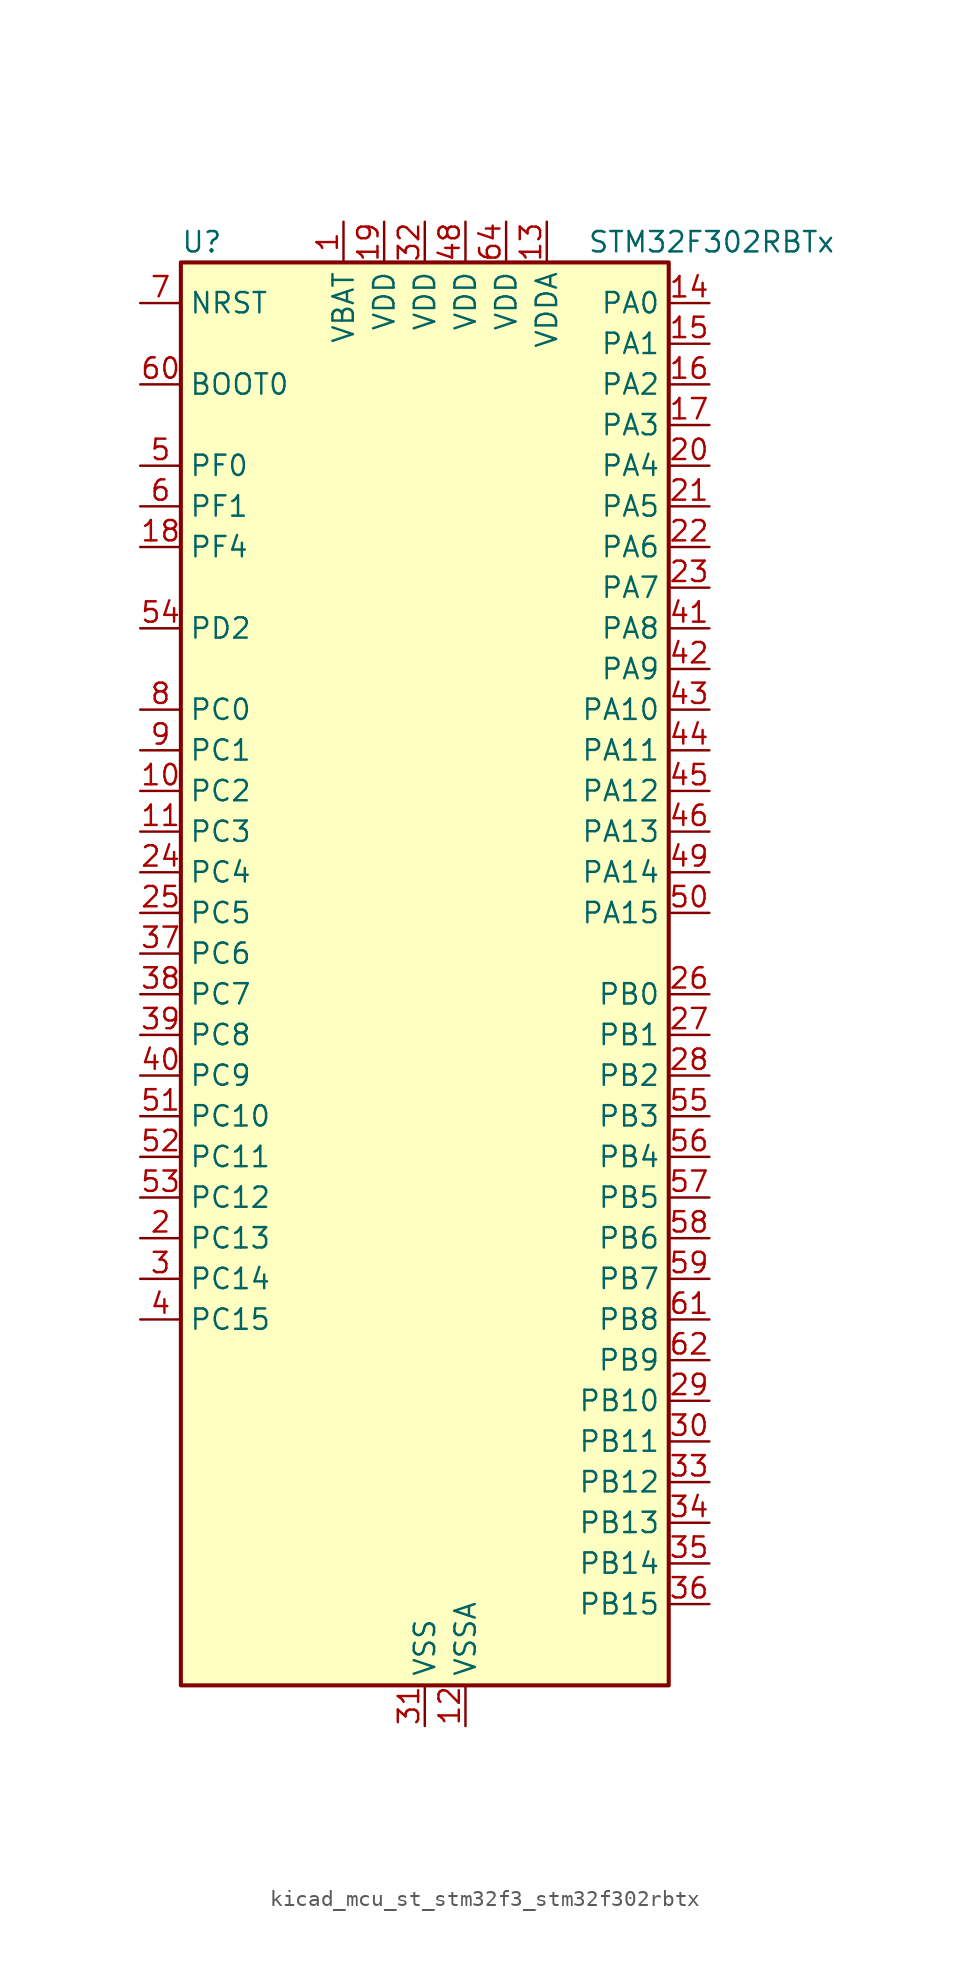
<source format=kicad_sym>
(kicad_symbol_lib
  (version 20220914)
  (generator kicad_symbol_editor)
  (symbol "kicad_mcu_st_stm32f3_stm32f302rbtx"
    (property "Reference" "U"
      (at -15.24 46.99 0)
      (effects (font (size 1.27 1.27)) (justify left)))
    (property "Value" "STM32F302RBTx"
      (at 10.16 46.99 0)
      (effects (font (size 1.27 1.27)) (justify left)))
    (property "ki_locked" ""
      (at 0 0 0)
      (effects (font (size 1.27 1.27))))
    (symbol "kicad_mcu_st_stm32f3_stm32f302rbtx_0_1"
      (rectangle (start -15.24 -43.18) (end 15.24 45.72) (stroke (width 0.254) (type default)) (fill (type background))))
    (symbol "kicad_mcu_st_stm32f3_stm32f302rbtx_1_1"
      (pin power_in line (at -5.08 48.26 270) (length 2.54) (name "VBAT" (effects (font (size 1.27 1.27)))) (number "1" (effects (font (size 1.27 1.27)))))
      (pin bidirectional line (at -17.78 12.7 0) (length 2.54) (name "PC2" (effects (font (size 1.27 1.27)))) (number "10" (effects (font (size 1.27 1.27)))) (alternate "ADC1_IN8" bidirectional line) (alternate "ADC2_IN8" bidirectional line))
      (pin bidirectional line (at -17.78 10.16 0) (length 2.54) (name "PC3" (effects (font (size 1.27 1.27)))) (number "11" (effects (font (size 1.27 1.27)))) (alternate "ADC1_IN9" bidirectional line) (alternate "ADC2_IN9" bidirectional line) (alternate "TIM1_BKIN2" bidirectional line))
      (pin power_in line (at 2.54 -45.72 90) (length 2.54) (name "VSSA" (effects (font (size 1.27 1.27)))) (number "12" (effects (font (size 1.27 1.27)))))
      (pin power_in line (at 7.62 48.26 270) (length 2.54) (name "VDDA" (effects (font (size 1.27 1.27)))) (number "13" (effects (font (size 1.27 1.27)))))
      (pin bidirectional line (at 17.78 43.18 180) (length 2.54) (name "PA0" (effects (font (size 1.27 1.27)))) (number "14" (effects (font (size 1.27 1.27)))) (alternate "ADC1_IN1" bidirectional line) (alternate "COMP1_INM" bidirectional line) (alternate "COMP1_OUT" bidirectional line) (alternate "RTC_TAMP2" bidirectional line) (alternate "SYS_WKUP1" bidirectional line) (alternate "TIM2_CH1" bidirectional line) (alternate "TIM2_ETR" bidirectional line) (alternate "TSC_G1_IO1" bidirectional line) (alternate "USART2_CTS" bidirectional line))
      (pin bidirectional line (at 17.78 40.64 180) (length 2.54) (name "PA1" (effects (font (size 1.27 1.27)))) (number "15" (effects (font (size 1.27 1.27)))) (alternate "ADC1_IN2" bidirectional line) (alternate "COMP1_INP" bidirectional line) (alternate "OPAMP1_VINP" bidirectional line) (alternate "OPAMP1_VINP_SEC" bidirectional line) (alternate "RTC_REFIN" bidirectional line) (alternate "TIM15_CH1N" bidirectional line) (alternate "TIM2_CH2" bidirectional line) (alternate "TSC_G1_IO2" bidirectional line) (alternate "USART2_DE" bidirectional line) (alternate "USART2_RTS" bidirectional line))
      (pin bidirectional line (at 17.78 38.1 180) (length 2.54) (name "PA2" (effects (font (size 1.27 1.27)))) (number "16" (effects (font (size 1.27 1.27)))) (alternate "ADC1_IN3" bidirectional line) (alternate "COMP2_INM" bidirectional line) (alternate "COMP2_OUT" bidirectional line) (alternate "OPAMP1_VOUT" bidirectional line) (alternate "TIM15_CH1" bidirectional line) (alternate "TIM2_CH3" bidirectional line) (alternate "TSC_G1_IO3" bidirectional line) (alternate "USART2_TX" bidirectional line))
      (pin bidirectional line (at 17.78 35.56 180) (length 2.54) (name "PA3" (effects (font (size 1.27 1.27)))) (number "17" (effects (font (size 1.27 1.27)))) (alternate "ADC1_IN4" bidirectional line) (alternate "COMP2_INP" bidirectional line) (alternate "OPAMP1_VINM" bidirectional line) (alternate "OPAMP1_VINM_SEC" bidirectional line) (alternate "OPAMP1_VINP" bidirectional line) (alternate "OPAMP1_VINP_SEC" bidirectional line) (alternate "TIM15_CH2" bidirectional line) (alternate "TIM2_CH4" bidirectional line) (alternate "TSC_G1_IO4" bidirectional line) (alternate "USART2_RX" bidirectional line))
      (pin bidirectional line (at -17.78 27.94 0) (length 2.54) (name "PF4" (effects (font (size 1.27 1.27)))) (number "18" (effects (font (size 1.27 1.27)))) (alternate "ADC1_IN5" bidirectional line) (alternate "COMP1_OUT" bidirectional line))
      (pin power_in line (at -2.54 48.26 270) (length 2.54) (name "VDD" (effects (font (size 1.27 1.27)))) (number "19" (effects (font (size 1.27 1.27)))))
      (pin bidirectional line (at -17.78 -15.24 0) (length 2.54) (name "PC13" (effects (font (size 1.27 1.27)))) (number "2" (effects (font (size 1.27 1.27)))) (alternate "RTC_OUT_ALARM" bidirectional line) (alternate "RTC_OUT_CALIB" bidirectional line) (alternate "RTC_TAMP1" bidirectional line) (alternate "RTC_TS" bidirectional line) (alternate "SYS_WKUP2" bidirectional line) (alternate "TIM1_CH1N" bidirectional line))
      (pin bidirectional line (at 17.78 33.02 180) (length 2.54) (name "PA4" (effects (font (size 1.27 1.27)))) (number "20" (effects (font (size 1.27 1.27)))) (alternate "ADC2_IN1" bidirectional line) (alternate "COMP1_INM" bidirectional line) (alternate "COMP2_INM" bidirectional line) (alternate "COMP4_INM" bidirectional line) (alternate "COMP6_INM" bidirectional line) (alternate "DAC_OUT1" bidirectional line) (alternate "I2S3_WS" bidirectional line) (alternate "SPI1_NSS" bidirectional line) (alternate "SPI3_NSS" bidirectional line) (alternate "TIM3_CH2" bidirectional line) (alternate "TSC_G2_IO1" bidirectional line) (alternate "USART2_CK" bidirectional line))
      (pin bidirectional line (at 17.78 30.48 180) (length 2.54) (name "PA5" (effects (font (size 1.27 1.27)))) (number "21" (effects (font (size 1.27 1.27)))) (alternate "ADC2_IN2" bidirectional line) (alternate "COMP1_INM" bidirectional line) (alternate "COMP2_INM" bidirectional line) (alternate "COMP4_INM" bidirectional line) (alternate "COMP6_INM" bidirectional line) (alternate "OPAMP1_VINP" bidirectional line) (alternate "OPAMP1_VINP_SEC" bidirectional line) (alternate "OPAMP2_VINM" bidirectional line) (alternate "OPAMP2_VINM_SEC" bidirectional line) (alternate "SPI1_SCK" bidirectional line) (alternate "TIM2_CH1" bidirectional line) (alternate "TIM2_ETR" bidirectional line) (alternate "TSC_G2_IO2" bidirectional line))
      (pin bidirectional line (at 17.78 27.94 180) (length 2.54) (name "PA6" (effects (font (size 1.27 1.27)))) (number "22" (effects (font (size 1.27 1.27)))) (alternate "ADC2_IN3" bidirectional line) (alternate "COMP1_OUT" bidirectional line) (alternate "OPAMP2_VOUT" bidirectional line) (alternate "SPI1_MISO" bidirectional line) (alternate "TIM16_CH1" bidirectional line) (alternate "TIM1_BKIN" bidirectional line) (alternate "TIM3_CH1" bidirectional line) (alternate "TSC_G2_IO3" bidirectional line))
      (pin bidirectional line (at 17.78 25.4 180) (length 2.54) (name "PA7" (effects (font (size 1.27 1.27)))) (number "23" (effects (font (size 1.27 1.27)))) (alternate "ADC2_IN4" bidirectional line) (alternate "COMP2_INP" bidirectional line) (alternate "COMP2_OUT" bidirectional line) (alternate "OPAMP1_VINP" bidirectional line) (alternate "OPAMP1_VINP_SEC" bidirectional line) (alternate "OPAMP2_VINP" bidirectional line) (alternate "OPAMP2_VINP_SEC" bidirectional line) (alternate "SPI1_MOSI" bidirectional line) (alternate "TIM17_CH1" bidirectional line) (alternate "TIM1_CH1N" bidirectional line) (alternate "TIM3_CH2" bidirectional line) (alternate "TSC_G2_IO4" bidirectional line))
      (pin bidirectional line (at -17.78 7.62 0) (length 2.54) (name "PC4" (effects (font (size 1.27 1.27)))) (number "24" (effects (font (size 1.27 1.27)))) (alternate "ADC2_IN5" bidirectional line) (alternate "USART1_TX" bidirectional line))
      (pin bidirectional line (at -17.78 5.08 0) (length 2.54) (name "PC5" (effects (font (size 1.27 1.27)))) (number "25" (effects (font (size 1.27 1.27)))) (alternate "ADC2_IN11" bidirectional line) (alternate "OPAMP1_VINM" bidirectional line) (alternate "OPAMP1_VINM_SEC" bidirectional line) (alternate "OPAMP2_VINM" bidirectional line) (alternate "OPAMP2_VINM_SEC" bidirectional line) (alternate "TSC_G3_IO1" bidirectional line) (alternate "USART1_RX" bidirectional line))
      (pin bidirectional line (at 17.78 0 180) (length 2.54) (name "PB0" (effects (font (size 1.27 1.27)))) (number "26" (effects (font (size 1.27 1.27)))) (alternate "COMP4_INP" bidirectional line) (alternate "OPAMP2_VINP" bidirectional line) (alternate "OPAMP2_VINP_SEC" bidirectional line) (alternate "TIM1_CH2N" bidirectional line) (alternate "TIM3_CH3" bidirectional line) (alternate "TSC_G3_IO2" bidirectional line))
      (pin bidirectional line (at 17.78 -2.54 180) (length 2.54) (name "PB1" (effects (font (size 1.27 1.27)))) (number "27" (effects (font (size 1.27 1.27)))) (alternate "COMP4_OUT" bidirectional line) (alternate "TIM1_CH3N" bidirectional line) (alternate "TIM3_CH4" bidirectional line) (alternate "TSC_G3_IO3" bidirectional line))
      (pin bidirectional line (at 17.78 -5.08 180) (length 2.54) (name "PB2" (effects (font (size 1.27 1.27)))) (number "28" (effects (font (size 1.27 1.27)))) (alternate "ADC2_IN12" bidirectional line) (alternate "COMP4_INM" bidirectional line) (alternate "TSC_G3_IO4" bidirectional line))
      (pin bidirectional line (at 17.78 -25.4 180) (length 2.54) (name "PB10" (effects (font (size 1.27 1.27)))) (number "29" (effects (font (size 1.27 1.27)))) (alternate "TIM2_CH3" bidirectional line) (alternate "TSC_SYNC" bidirectional line) (alternate "USART3_TX" bidirectional line))
      (pin bidirectional line (at -17.78 -17.78 0) (length 2.54) (name "PC14" (effects (font (size 1.27 1.27)))) (number "3" (effects (font (size 1.27 1.27)))) (alternate "RCC_OSC32_IN" bidirectional line))
      (pin bidirectional line (at 17.78 -27.94 180) (length 2.54) (name "PB11" (effects (font (size 1.27 1.27)))) (number "30" (effects (font (size 1.27 1.27)))) (alternate "ADC1_EXTI11" bidirectional line) (alternate "ADC2_EXTI11" bidirectional line) (alternate "COMP6_INP" bidirectional line) (alternate "TIM2_CH4" bidirectional line) (alternate "TSC_G6_IO1" bidirectional line) (alternate "USART3_RX" bidirectional line))
      (pin power_in line (at 0 -45.72 90) (length 2.54) (name "VSS" (effects (font (size 1.27 1.27)))) (number "31" (effects (font (size 1.27 1.27)))))
      (pin power_in line (at 0 48.26 270) (length 2.54) (name "VDD" (effects (font (size 1.27 1.27)))) (number "32" (effects (font (size 1.27 1.27)))))
      (pin bidirectional line (at 17.78 -30.48 180) (length 2.54) (name "PB12" (effects (font (size 1.27 1.27)))) (number "33" (effects (font (size 1.27 1.27)))) (alternate "I2C2_SMBA" bidirectional line) (alternate "I2S2_WS" bidirectional line) (alternate "SPI2_NSS" bidirectional line) (alternate "TIM1_BKIN" bidirectional line) (alternate "TSC_G6_IO2" bidirectional line) (alternate "USART3_CK" bidirectional line))
      (pin bidirectional line (at 17.78 -33.02 180) (length 2.54) (name "PB13" (effects (font (size 1.27 1.27)))) (number "34" (effects (font (size 1.27 1.27)))) (alternate "I2S2_CK" bidirectional line) (alternate "SPI2_SCK" bidirectional line) (alternate "TIM1_CH1N" bidirectional line) (alternate "TSC_G6_IO3" bidirectional line) (alternate "USART3_CTS" bidirectional line))
      (pin bidirectional line (at 17.78 -35.56 180) (length 2.54) (name "PB14" (effects (font (size 1.27 1.27)))) (number "35" (effects (font (size 1.27 1.27)))) (alternate "I2S2_ext_SD" bidirectional line) (alternate "OPAMP2_VINP" bidirectional line) (alternate "OPAMP2_VINP_SEC" bidirectional line) (alternate "SPI2_MISO" bidirectional line) (alternate "TIM15_CH1" bidirectional line) (alternate "TIM1_CH2N" bidirectional line) (alternate "TSC_G6_IO4" bidirectional line) (alternate "USART3_DE" bidirectional line) (alternate "USART3_RTS" bidirectional line))
      (pin bidirectional line (at 17.78 -38.1 180) (length 2.54) (name "PB15" (effects (font (size 1.27 1.27)))) (number "36" (effects (font (size 1.27 1.27)))) (alternate "ADC1_EXTI15" bidirectional line) (alternate "ADC2_EXTI15" bidirectional line) (alternate "COMP6_INM" bidirectional line) (alternate "I2S2_SD" bidirectional line) (alternate "RTC_REFIN" bidirectional line) (alternate "SPI2_MOSI" bidirectional line) (alternate "TIM15_CH1N" bidirectional line) (alternate "TIM15_CH2" bidirectional line) (alternate "TIM1_CH3N" bidirectional line))
      (pin bidirectional line (at -17.78 2.54 0) (length 2.54) (name "PC6" (effects (font (size 1.27 1.27)))) (number "37" (effects (font (size 1.27 1.27)))) (alternate "COMP6_OUT" bidirectional line) (alternate "I2S2_MCK" bidirectional line) (alternate "TIM3_CH1" bidirectional line))
      (pin bidirectional line (at -17.78 0 0) (length 2.54) (name "PC7" (effects (font (size 1.27 1.27)))) (number "38" (effects (font (size 1.27 1.27)))) (alternate "I2S3_MCK" bidirectional line) (alternate "TIM3_CH2" bidirectional line))
      (pin bidirectional line (at -17.78 -2.54 0) (length 2.54) (name "PC8" (effects (font (size 1.27 1.27)))) (number "39" (effects (font (size 1.27 1.27)))) (alternate "TIM3_CH3" bidirectional line))
      (pin bidirectional line (at -17.78 -20.32 0) (length 2.54) (name "PC15" (effects (font (size 1.27 1.27)))) (number "4" (effects (font (size 1.27 1.27)))) (alternate "ADC1_EXTI15" bidirectional line) (alternate "ADC2_EXTI15" bidirectional line) (alternate "RCC_OSC32_OUT" bidirectional line))
      (pin bidirectional line (at -17.78 -5.08 0) (length 2.54) (name "PC9" (effects (font (size 1.27 1.27)))) (number "40" (effects (font (size 1.27 1.27)))) (alternate "DAC_EXTI9" bidirectional line) (alternate "I2S_CKIN" bidirectional line) (alternate "TIM3_CH4" bidirectional line))
      (pin bidirectional line (at 17.78 22.86 180) (length 2.54) (name "PA8" (effects (font (size 1.27 1.27)))) (number "41" (effects (font (size 1.27 1.27)))) (alternate "I2C2_SMBA" bidirectional line) (alternate "I2S2_MCK" bidirectional line) (alternate "RCC_MCO" bidirectional line) (alternate "TIM1_CH1" bidirectional line) (alternate "TIM4_ETR" bidirectional line) (alternate "USART1_CK" bidirectional line))
      (pin bidirectional line (at 17.78 20.32 180) (length 2.54) (name "PA9" (effects (font (size 1.27 1.27)))) (number "42" (effects (font (size 1.27 1.27)))) (alternate "DAC_EXTI9" bidirectional line) (alternate "I2C2_SCL" bidirectional line) (alternate "I2S3_MCK" bidirectional line) (alternate "TIM15_BKIN" bidirectional line) (alternate "TIM1_CH2" bidirectional line) (alternate "TIM2_CH3" bidirectional line) (alternate "TSC_G4_IO1" bidirectional line) (alternate "USART1_TX" bidirectional line))
      (pin bidirectional line (at 17.78 17.78 180) (length 2.54) (name "PA10" (effects (font (size 1.27 1.27)))) (number "43" (effects (font (size 1.27 1.27)))) (alternate "COMP6_OUT" bidirectional line) (alternate "I2C2_SDA" bidirectional line) (alternate "TIM17_BKIN" bidirectional line) (alternate "TIM1_CH3" bidirectional line) (alternate "TIM2_CH4" bidirectional line) (alternate "TSC_G4_IO2" bidirectional line) (alternate "USART1_RX" bidirectional line))
      (pin bidirectional line (at 17.78 15.24 180) (length 2.54) (name "PA11" (effects (font (size 1.27 1.27)))) (number "44" (effects (font (size 1.27 1.27)))) (alternate "ADC1_EXTI11" bidirectional line) (alternate "ADC2_EXTI11" bidirectional line) (alternate "CAN_RX" bidirectional line) (alternate "COMP1_OUT" bidirectional line) (alternate "TIM1_BKIN2" bidirectional line) (alternate "TIM1_CH1N" bidirectional line) (alternate "TIM1_CH4" bidirectional line) (alternate "TIM4_CH1" bidirectional line) (alternate "USART1_CTS" bidirectional line) (alternate "USB_DM" bidirectional line))
      (pin bidirectional line (at 17.78 12.7 180) (length 2.54) (name "PA12" (effects (font (size 1.27 1.27)))) (number "45" (effects (font (size 1.27 1.27)))) (alternate "CAN_TX" bidirectional line) (alternate "COMP2_OUT" bidirectional line) (alternate "TIM16_CH1" bidirectional line) (alternate "TIM1_CH2N" bidirectional line) (alternate "TIM1_ETR" bidirectional line) (alternate "TIM4_CH2" bidirectional line) (alternate "USART1_DE" bidirectional line) (alternate "USART1_RTS" bidirectional line) (alternate "USB_DP" bidirectional line))
      (pin bidirectional line (at 17.78 10.16 180) (length 2.54) (name "PA13" (effects (font (size 1.27 1.27)))) (number "46" (effects (font (size 1.27 1.27)))) (alternate "IR_OUT" bidirectional line) (alternate "SYS_JTMS-SWDIO" bidirectional line) (alternate "TIM16_CH1N" bidirectional line) (alternate "TIM4_CH3" bidirectional line) (alternate "TSC_G4_IO3" bidirectional line) (alternate "USART3_CTS" bidirectional line))
      (pin passive line (at 0 -45.72 90) (length 2.54) hide (name "VSS" (effects (font (size 1.27 1.27)))) (number "47" (effects (font (size 1.27 1.27)))))
      (pin power_in line (at 2.54 48.26 270) (length 2.54) (name "VDD" (effects (font (size 1.27 1.27)))) (number "48" (effects (font (size 1.27 1.27)))))
      (pin bidirectional line (at 17.78 7.62 180) (length 2.54) (name "PA14" (effects (font (size 1.27 1.27)))) (number "49" (effects (font (size 1.27 1.27)))) (alternate "I2C1_SDA" bidirectional line) (alternate "SYS_JTCK-SWCLK" bidirectional line) (alternate "TIM1_BKIN" bidirectional line) (alternate "TSC_G4_IO4" bidirectional line) (alternate "USART2_TX" bidirectional line))
      (pin bidirectional line (at -17.78 33.02 0) (length 2.54) (name "PF0" (effects (font (size 1.27 1.27)))) (number "5" (effects (font (size 1.27 1.27)))) (alternate "I2C2_SDA" bidirectional line) (alternate "RCC_OSC_IN" bidirectional line) (alternate "TIM1_CH3N" bidirectional line))
      (pin bidirectional line (at 17.78 5.08 180) (length 2.54) (name "PA15" (effects (font (size 1.27 1.27)))) (number "50" (effects (font (size 1.27 1.27)))) (alternate "ADC1_EXTI15" bidirectional line) (alternate "ADC2_EXTI15" bidirectional line) (alternate "I2C1_SCL" bidirectional line) (alternate "I2S3_WS" bidirectional line) (alternate "SPI1_NSS" bidirectional line) (alternate "SPI3_NSS" bidirectional line) (alternate "SYS_JTDI" bidirectional line) (alternate "TIM1_BKIN" bidirectional line) (alternate "TIM2_CH1" bidirectional line) (alternate "TIM2_ETR" bidirectional line) (alternate "USART2_RX" bidirectional line))
      (pin bidirectional line (at -17.78 -7.62 0) (length 2.54) (name "PC10" (effects (font (size 1.27 1.27)))) (number "51" (effects (font (size 1.27 1.27)))) (alternate "I2S3_CK" bidirectional line) (alternate "SPI3_SCK" bidirectional line) (alternate "UART4_TX" bidirectional line) (alternate "USART3_TX" bidirectional line))
      (pin bidirectional line (at -17.78 -10.16 0) (length 2.54) (name "PC11" (effects (font (size 1.27 1.27)))) (number "52" (effects (font (size 1.27 1.27)))) (alternate "ADC1_EXTI11" bidirectional line) (alternate "ADC2_EXTI11" bidirectional line) (alternate "I2S3_ext_SD" bidirectional line) (alternate "SPI3_MISO" bidirectional line) (alternate "UART4_RX" bidirectional line) (alternate "USART3_RX" bidirectional line))
      (pin bidirectional line (at -17.78 -12.7 0) (length 2.54) (name "PC12" (effects (font (size 1.27 1.27)))) (number "53" (effects (font (size 1.27 1.27)))) (alternate "I2S3_SD" bidirectional line) (alternate "SPI3_MOSI" bidirectional line) (alternate "UART5_TX" bidirectional line) (alternate "USART3_CK" bidirectional line))
      (pin bidirectional line (at -17.78 22.86 0) (length 2.54) (name "PD2" (effects (font (size 1.27 1.27)))) (number "54" (effects (font (size 1.27 1.27)))) (alternate "TIM3_ETR" bidirectional line) (alternate "UART5_RX" bidirectional line))
      (pin bidirectional line (at 17.78 -7.62 180) (length 2.54) (name "PB3" (effects (font (size 1.27 1.27)))) (number "55" (effects (font (size 1.27 1.27)))) (alternate "I2S3_CK" bidirectional line) (alternate "SPI1_SCK" bidirectional line) (alternate "SPI3_SCK" bidirectional line) (alternate "SYS_JTDO-TRACESWO" bidirectional line) (alternate "TIM2_CH2" bidirectional line) (alternate "TIM3_ETR" bidirectional line) (alternate "TIM4_ETR" bidirectional line) (alternate "TSC_G5_IO1" bidirectional line) (alternate "USART2_TX" bidirectional line))
      (pin bidirectional line (at 17.78 -10.16 180) (length 2.54) (name "PB4" (effects (font (size 1.27 1.27)))) (number "56" (effects (font (size 1.27 1.27)))) (alternate "I2S3_ext_SD" bidirectional line) (alternate "SPI1_MISO" bidirectional line) (alternate "SPI3_MISO" bidirectional line) (alternate "SYS_NJTRST" bidirectional line) (alternate "TIM16_CH1" bidirectional line) (alternate "TIM17_BKIN" bidirectional line) (alternate "TIM3_CH1" bidirectional line) (alternate "TSC_G5_IO2" bidirectional line) (alternate "USART2_RX" bidirectional line))
      (pin bidirectional line (at 17.78 -12.7 180) (length 2.54) (name "PB5" (effects (font (size 1.27 1.27)))) (number "57" (effects (font (size 1.27 1.27)))) (alternate "I2C1_SMBA" bidirectional line) (alternate "I2S3_SD" bidirectional line) (alternate "SPI1_MOSI" bidirectional line) (alternate "SPI3_MOSI" bidirectional line) (alternate "TIM16_BKIN" bidirectional line) (alternate "TIM17_CH1" bidirectional line) (alternate "TIM3_CH2" bidirectional line) (alternate "USART2_CK" bidirectional line))
      (pin bidirectional line (at 17.78 -15.24 180) (length 2.54) (name "PB6" (effects (font (size 1.27 1.27)))) (number "58" (effects (font (size 1.27 1.27)))) (alternate "I2C1_SCL" bidirectional line) (alternate "TIM16_CH1N" bidirectional line) (alternate "TIM4_CH1" bidirectional line) (alternate "TSC_G5_IO3" bidirectional line) (alternate "USART1_TX" bidirectional line))
      (pin bidirectional line (at 17.78 -17.78 180) (length 2.54) (name "PB7" (effects (font (size 1.27 1.27)))) (number "59" (effects (font (size 1.27 1.27)))) (alternate "I2C1_SDA" bidirectional line) (alternate "TIM17_CH1N" bidirectional line) (alternate "TIM3_CH4" bidirectional line) (alternate "TIM4_CH2" bidirectional line) (alternate "TSC_G5_IO4" bidirectional line) (alternate "USART1_RX" bidirectional line))
      (pin bidirectional line (at -17.78 30.48 0) (length 2.54) (name "PF1" (effects (font (size 1.27 1.27)))) (number "6" (effects (font (size 1.27 1.27)))) (alternate "I2C2_SCL" bidirectional line) (alternate "RCC_OSC_OUT" bidirectional line))
      (pin input line (at -17.78 38.1 0) (length 2.54) (name "BOOT0" (effects (font (size 1.27 1.27)))) (number "60" (effects (font (size 1.27 1.27)))))
      (pin bidirectional line (at 17.78 -20.32 180) (length 2.54) (name "PB8" (effects (font (size 1.27 1.27)))) (number "61" (effects (font (size 1.27 1.27)))) (alternate "CAN_RX" bidirectional line) (alternate "COMP1_OUT" bidirectional line) (alternate "I2C1_SCL" bidirectional line) (alternate "TIM16_CH1" bidirectional line) (alternate "TIM1_BKIN" bidirectional line) (alternate "TIM4_CH3" bidirectional line) (alternate "TSC_SYNC" bidirectional line))
      (pin bidirectional line (at 17.78 -22.86 180) (length 2.54) (name "PB9" (effects (font (size 1.27 1.27)))) (number "62" (effects (font (size 1.27 1.27)))) (alternate "CAN_TX" bidirectional line) (alternate "COMP2_OUT" bidirectional line) (alternate "DAC_EXTI9" bidirectional line) (alternate "I2C1_SDA" bidirectional line) (alternate "IR_OUT" bidirectional line) (alternate "TIM17_CH1" bidirectional line) (alternate "TIM4_CH4" bidirectional line))
      (pin passive line (at 0 -45.72 90) (length 2.54) hide (name "VSS" (effects (font (size 1.27 1.27)))) (number "63" (effects (font (size 1.27 1.27)))))
      (pin power_in line (at 5.08 48.26 270) (length 2.54) (name "VDD" (effects (font (size 1.27 1.27)))) (number "64" (effects (font (size 1.27 1.27)))))
      (pin input line (at -17.78 43.18 0) (length 2.54) (name "NRST" (effects (font (size 1.27 1.27)))) (number "7" (effects (font (size 1.27 1.27)))))
      (pin bidirectional line (at -17.78 17.78 0) (length 2.54) (name "PC0" (effects (font (size 1.27 1.27)))) (number "8" (effects (font (size 1.27 1.27)))) (alternate "ADC1_IN6" bidirectional line) (alternate "ADC2_IN6" bidirectional line))
      (pin bidirectional line (at -17.78 15.24 0) (length 2.54) (name "PC1" (effects (font (size 1.27 1.27)))) (number "9" (effects (font (size 1.27 1.27)))) (alternate "ADC1_IN7" bidirectional line) (alternate "ADC2_IN7" bidirectional line)))))
</source>
